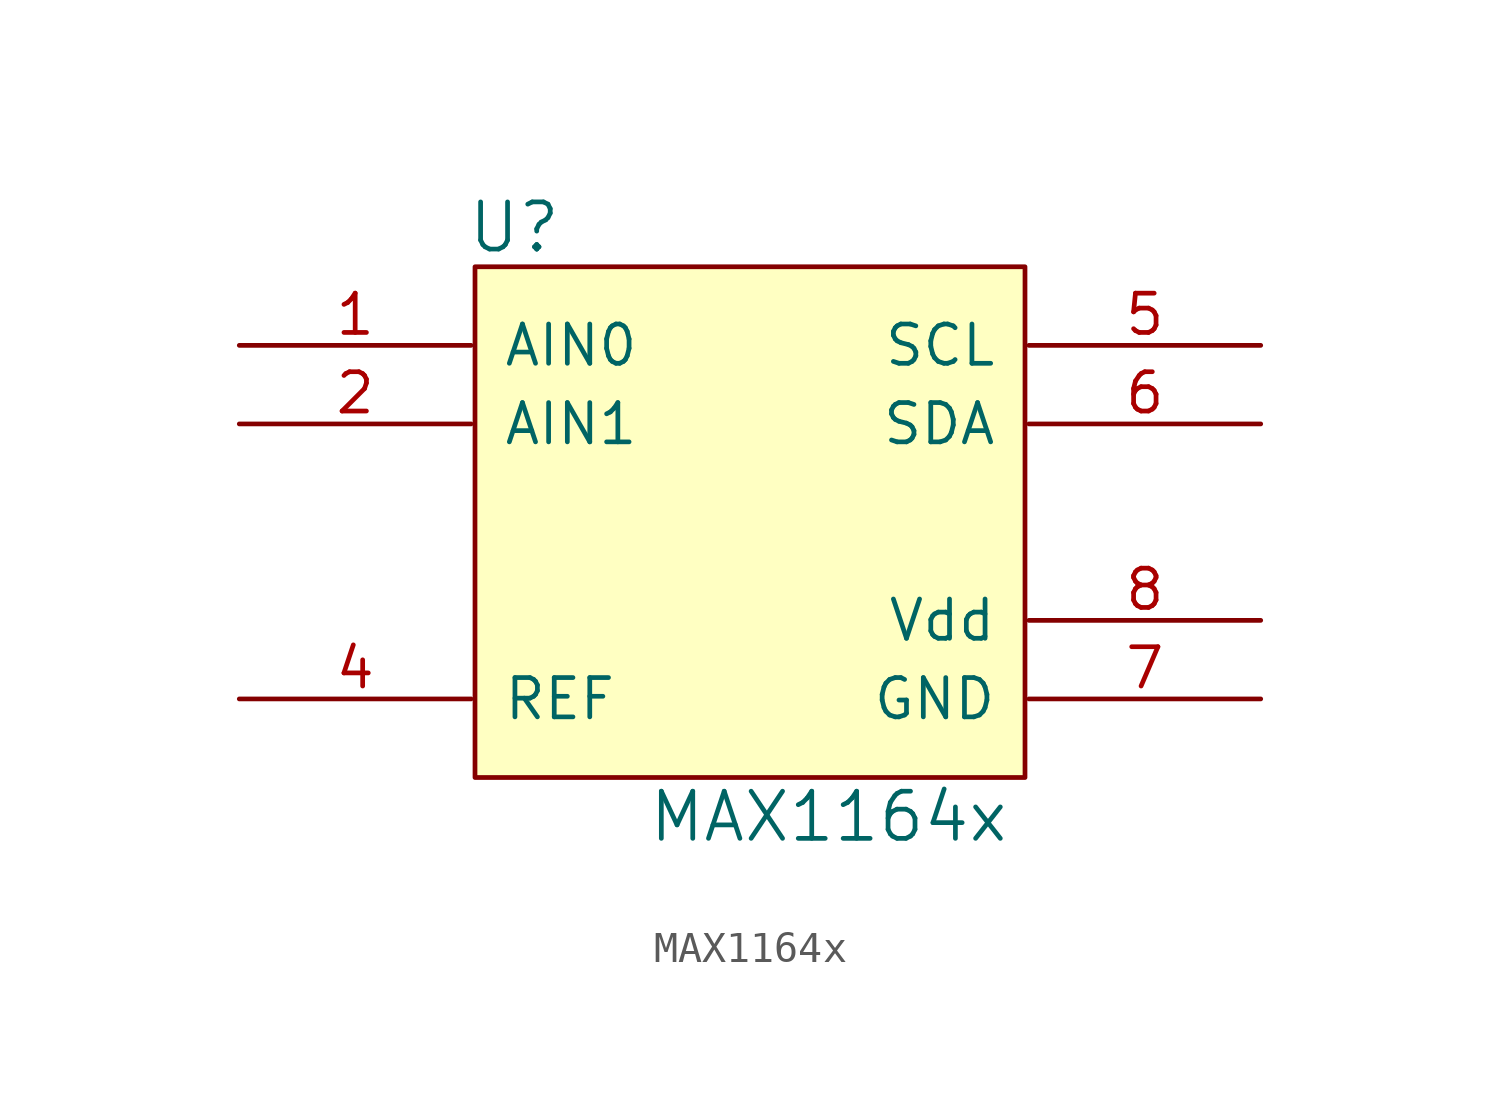
<source format=kicad_sym>
(kicad_symbol_lib
  (version 20211014)
  (generator kicad_symbol_editor)
  (symbol "MAX1164x"
    (pin_names
      (offset 1.016))
    (property "Reference" "U"
      (at -7.62 10.16 0)
      (effects (font (size 1.524 1.524))))
    (property "Value" "MAX1164x"
      (at 2.54 -8.89 0)
      (effects (font (size 1.524 1.524))))
    (property "Footprint" ""
      (at -8.89 6.35 0)
      (effects (font (size 1.524 1.524))))
    (property "Datasheet" ""
      (at -8.89 6.35 0)
      (effects (font (size 1.524 1.524))))
    (symbol "MAX1164x_0_1"
      (rectangle (start -8.89 8.89) (end 8.89 -7.62) (stroke (width 0) (type default) (color 0 0 0 0)) (fill (type background))))
    (symbol "MAX1164x_1_1"
      (pin input line (at -16.51 6.35 0) (length 7.493) (name "AIN0" (effects (font (size 1.27 1.27)))) (number "1" (effects (font (size 1.27 1.27)))))
      (pin input line (at -16.51 3.81 0) (length 7.493) (name "AIN1" (effects (font (size 1.27 1.27)))) (number "2" (effects (font (size 1.27 1.27)))))
      (pin input line (at -16.51 -5.08 0) (length 7.493) (name "REF" (effects (font (size 1.27 1.27)))) (number "4" (effects (font (size 1.27 1.27)))))
      (pin input line (at 16.51 6.35 180) (length 7.493) (name "SCL" (effects (font (size 1.27 1.27)))) (number "5" (effects (font (size 1.27 1.27)))))
      (pin input line (at 16.51 3.81 180) (length 7.493) (name "SDA" (effects (font (size 1.27 1.27)))) (number "6" (effects (font (size 1.27 1.27)))))
      (pin input line (at 16.51 -5.08 180) (length 7.493) (name "GND" (effects (font (size 1.27 1.27)))) (number "7" (effects (font (size 1.27 1.27)))))
      (pin input line (at 16.51 -2.54 180) (length 7.493) (name "Vdd" (effects (font (size 1.27 1.27)))) (number "8" (effects (font (size 1.27 1.27))))))))
</source>
